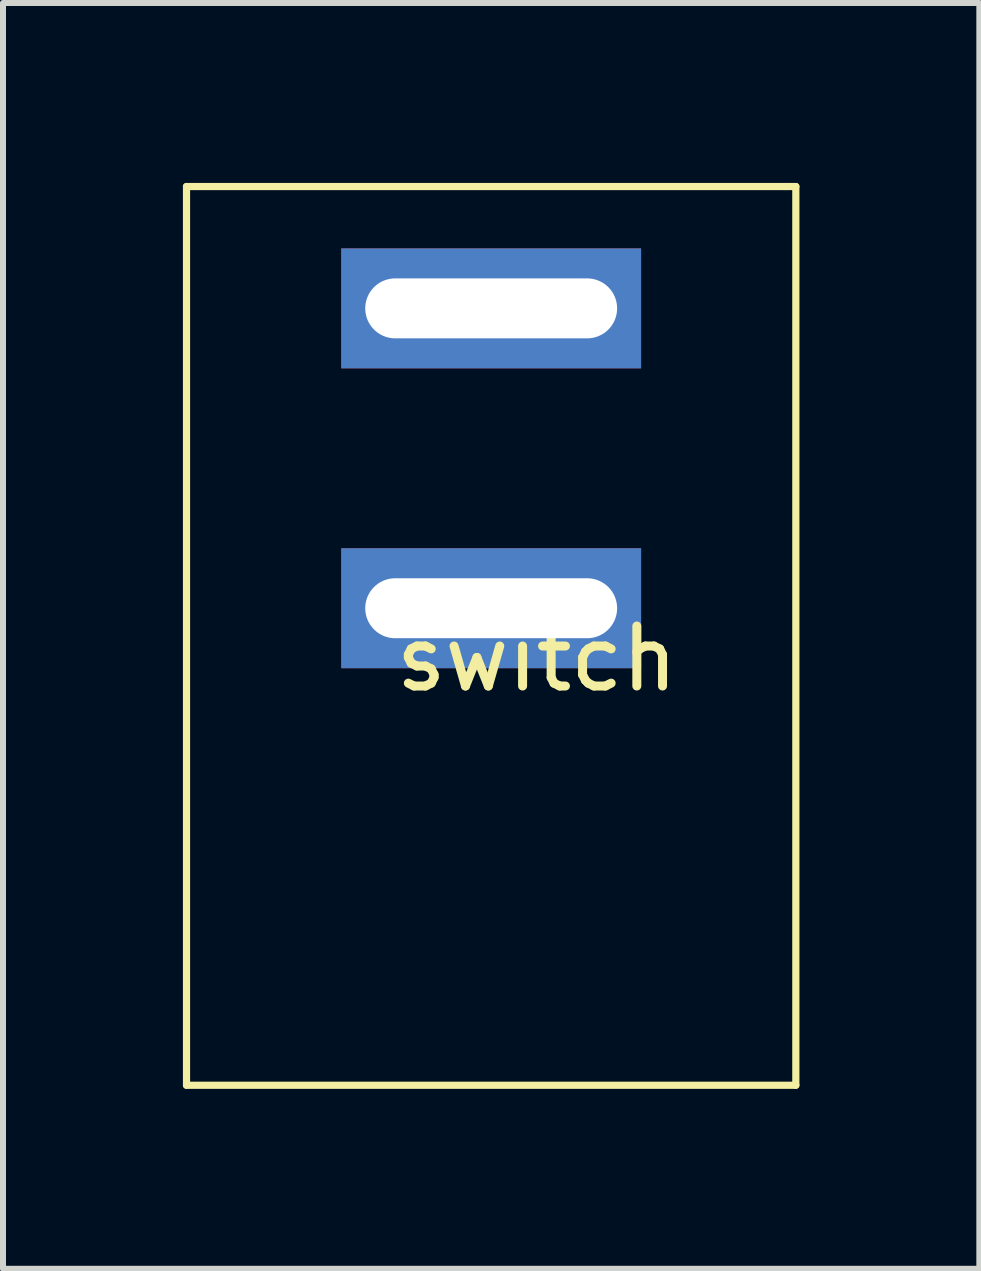
<source format=kicad_pcb>
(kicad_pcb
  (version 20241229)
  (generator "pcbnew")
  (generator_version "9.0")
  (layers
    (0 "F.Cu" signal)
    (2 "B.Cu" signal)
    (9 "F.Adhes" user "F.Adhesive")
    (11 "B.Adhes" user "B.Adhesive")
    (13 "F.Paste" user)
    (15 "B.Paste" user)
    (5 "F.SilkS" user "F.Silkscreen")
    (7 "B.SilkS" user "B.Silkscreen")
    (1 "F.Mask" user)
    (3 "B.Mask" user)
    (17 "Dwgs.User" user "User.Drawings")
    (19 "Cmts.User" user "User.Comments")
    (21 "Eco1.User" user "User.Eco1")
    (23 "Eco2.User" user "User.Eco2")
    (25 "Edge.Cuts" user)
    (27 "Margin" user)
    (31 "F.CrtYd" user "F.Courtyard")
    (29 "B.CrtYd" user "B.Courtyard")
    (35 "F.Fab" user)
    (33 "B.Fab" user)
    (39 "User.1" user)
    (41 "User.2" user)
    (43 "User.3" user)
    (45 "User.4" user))
  (footprint "switch"
    (layer "F.Cu")
    (at 5.14 2.092)
    (property "Reference" "switch" (at 0.762 5.842 0) (layer "F.SilkS") (effects (font (size 1 1) (thickness 0.15))))
    (attr through_hole)
    (fp_line (start -5.08 -2.032) (end -5.08 12.954) (stroke (width 0.12) (type solid)) (layer "F.SilkS"))
    (fp_line (start -5.08 -2.032) (end 4.92 -2.032) (stroke (width 0.12) (type solid)) (layer "F.SilkS"))
    (fp_line (start -5.08 12.954) (end 5.08 12.954) (stroke (width 0.12) (type solid)) (layer "F.SilkS"))
    (fp_line (start 5.08 -2.032) (end 4.92 -2.032) (stroke (width 0.12) (type solid)) (layer "F.SilkS"))
    (fp_line (start 5.08 12.954) (end 5.08 -2.032) (stroke (width 0.12) (type solid)) (layer "F.SilkS"))
    (pad "1" thru_hole rect (at 0 0) (size 5 2) (drill oval 4.2 1) (layers "*.Cu" "*.Mask"))
    (pad "2" thru_hole rect (at 0 5) (size 5 2) (drill oval 4.2 1) (layers "*.Cu" "*.Mask")))
  (gr_rect
    (start -3 -3)
    (end 13.28 18.106)
    (stroke (width 0.1) (type default))
    (fill no)
    (layer "Edge.Cuts")))
</source>
